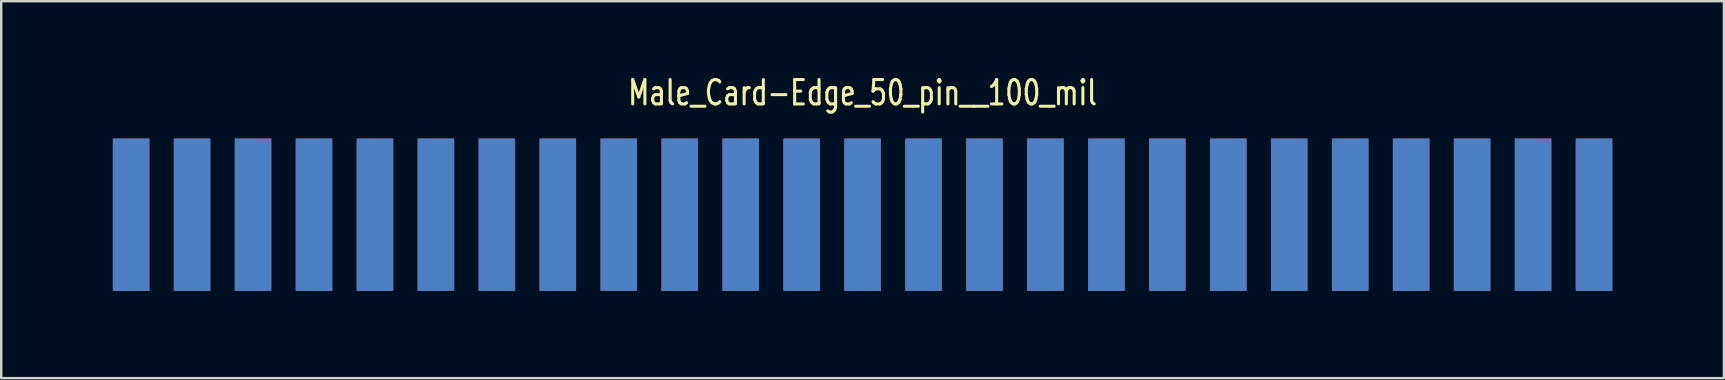
<source format=kicad_pcb>
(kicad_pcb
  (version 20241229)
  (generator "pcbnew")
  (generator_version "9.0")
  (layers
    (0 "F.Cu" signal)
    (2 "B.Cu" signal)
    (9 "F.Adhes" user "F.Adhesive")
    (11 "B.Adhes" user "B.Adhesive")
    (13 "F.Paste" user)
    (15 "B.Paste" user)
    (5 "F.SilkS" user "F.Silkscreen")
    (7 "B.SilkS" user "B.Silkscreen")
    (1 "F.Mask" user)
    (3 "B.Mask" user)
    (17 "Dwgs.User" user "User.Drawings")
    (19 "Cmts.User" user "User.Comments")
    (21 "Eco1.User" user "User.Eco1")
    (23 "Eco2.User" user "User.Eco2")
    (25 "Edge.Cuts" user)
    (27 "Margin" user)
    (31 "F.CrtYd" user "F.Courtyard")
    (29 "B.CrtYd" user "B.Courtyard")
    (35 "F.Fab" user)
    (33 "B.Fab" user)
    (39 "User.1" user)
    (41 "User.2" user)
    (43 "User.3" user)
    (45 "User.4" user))
  (footprint "Male_Card-Edge_50_pin__100_mil"
    (layer "F.Cu")
    (at 32.894 5.897)
    (property "Reference" "Male_Card-Edge_50_pin__100_mil" (at 0 -5.08 0) (layer "F.SilkS") (effects (font (size 1.016 0.762) (thickness 0.127))))
    (attr through_hole)
    (fp_poly (pts (xy -32.893 -3.81) (xy -31.75 -3.81) (xy -31.75 3.81) (xy -32.893 3.81)) (stroke (width 0.001) (type solid)) (fill yes) (layer "F.Mask"))
    (fp_poly (pts (xy 32.893 -3.81) (xy 31.75 -3.81) (xy 31.75 3.81) (xy 32.893 3.81)) (stroke (width 0.001) (type solid)) (fill yes) (layer "F.Mask"))
    (fp_poly (pts (xy -32.893 -3.81) (xy -31.75 -3.81) (xy -31.75 3.81) (xy -32.893 3.81)) (stroke (width 0.001) (type solid)) (fill yes) (layer "B.Mask"))
    (fp_poly (pts (xy 32.893 -3.81) (xy 31.75 -3.81) (xy 31.75 3.81) (xy 32.893 3.81)) (stroke (width 0.001) (type solid)) (fill yes) (layer "B.Mask"))
    (pad "1" smd rect (at -30.48 0 270) (size 6.35 1.524) (layers "F.Cu" "F.Mask"))
    (pad "2" smd rect (at -27.94 0 270) (size 6.35 1.524) (layers "F.Cu" "F.Mask"))
    (pad "3" smd rect (at -25.4 0 270) (size 6.35 1.524) (layers "F.Cu" "F.Mask"))
    (pad "4" smd rect (at -22.86 0 270) (size 6.35 1.524) (layers "F.Cu" "F.Mask"))
    (pad "5" smd rect (at -20.32 0 270) (size 6.35 1.524) (layers "F.Cu" "F.Mask"))
    (pad "6" smd rect (at -17.78 0 270) (size 6.35 1.524) (layers "F.Cu" "F.Mask"))
    (pad "7" smd rect (at -15.24 0 270) (size 6.35 1.524) (layers "F.Cu" "F.Mask"))
    (pad "8" smd rect (at -12.7 0 270) (size 6.35 1.524) (layers "F.Cu" "F.Mask"))
    (pad "9" smd rect (at -10.16 0 270) (size 6.35 1.524) (layers "F.Cu" "F.Mask"))
    (pad "10" smd rect (at -7.62 0 270) (size 6.35 1.524) (layers "F.Cu" "F.Mask"))
    (pad "11" smd rect (at -5.08 0 270) (size 6.35 1.524) (layers "F.Cu" "F.Mask"))
    (pad "12" smd rect (at -2.54 0 270) (size 6.35 1.524) (layers "F.Cu" "F.Mask"))
    (pad "13" smd rect (at 0 0 270) (size 6.35 1.524) (layers "F.Cu" "F.Mask"))
    (pad "14" smd rect (at 2.54 0 270) (size 6.35 1.524) (layers "F.Cu" "F.Mask"))
    (pad "15" smd rect (at 5.08 0 270) (size 6.35 1.524) (layers "F.Cu" "F.Mask"))
    (pad "16" smd rect (at 7.62 0 270) (size 6.35 1.524) (layers "F.Cu" "F.Mask"))
    (pad "17" smd rect (at 10.16 0 270) (size 6.35 1.524) (layers "F.Cu" "F.Mask"))
    (pad "18" smd rect (at 12.7 0 270) (size 6.35 1.524) (layers "F.Cu" "F.Mask"))
    (pad "19" smd rect (at 15.24 0 270) (size 6.35 1.524) (layers "F.Cu" "F.Mask"))
    (pad "20" smd rect (at 17.78 0 270) (size 6.35 1.524) (layers "F.Cu" "F.Mask"))
    (pad "21" smd rect (at 20.32 0 270) (size 6.35 1.524) (layers "F.Cu" "F.Mask"))
    (pad "22" smd rect (at 22.86 0 270) (size 6.35 1.524) (layers "F.Cu" "F.Mask"))
    (pad "23" smd rect (at 25.4 0 270) (size 6.35 1.524) (layers "F.Cu" "F.Mask"))
    (pad "24" smd rect (at 27.94 0 270) (size 6.35 1.524) (layers "F.Cu" "F.Mask"))
    (pad "25" smd rect (at 30.48 0 270) (size 6.35 1.524) (layers "F.Cu" "F.Mask"))
    (pad "26" smd rect (at 30.48 0 270) (size 6.35 1.524) (layers "B.Cu" "B.Mask"))
    (pad "27" smd rect (at 27.94 0 270) (size 6.35 1.524) (layers "B.Cu" "B.Mask"))
    (pad "28" smd rect (at 25.4 0 270) (size 6.35 1.524) (layers "B.Cu" "B.Mask"))
    (pad "29" smd rect (at 22.86 0 270) (size 6.35 1.524) (layers "B.Cu" "B.Mask"))
    (pad "30" smd rect (at 20.32 0 270) (size 6.35 1.524) (layers "B.Cu" "B.Mask"))
    (pad "31" smd rect (at 17.78 0 270) (size 6.35 1.524) (layers "B.Cu" "B.Mask"))
    (pad "32" smd rect (at 15.24 0 270) (size 6.35 1.524) (layers "B.Cu" "B.Mask"))
    (pad "33" smd rect (at 12.7 0 270) (size 6.35 1.524) (layers "B.Cu" "B.Mask"))
    (pad "34" smd rect (at 10.16 0 270) (size 6.35 1.524) (layers "B.Cu" "B.Mask"))
    (pad "35" smd rect (at 7.62 0 270) (size 6.35 1.524) (layers "B.Cu" "B.Mask"))
    (pad "36" smd rect (at 5.08 0 270) (size 6.35 1.524) (layers "B.Cu" "B.Mask"))
    (pad "37" smd rect (at 2.54 0 270) (size 6.35 1.524) (layers "B.Cu" "B.Mask"))
    (pad "38" smd rect (at 0 0 270) (size 6.35 1.524) (layers "B.Cu" "B.Mask"))
    (pad "39" smd rect (at -2.54 0 270) (size 6.35 1.524) (layers "B.Cu" "B.Mask"))
    (pad "40" smd rect (at -5.08 0 270) (size 6.35 1.524) (layers "B.Cu" "B.Mask"))
    (pad "41" smd rect (at -7.62 0 270) (size 6.35 1.524) (layers "B.Cu" "B.Mask"))
    (pad "42" smd rect (at -10.16 0 270) (size 6.35 1.524) (layers "B.Cu" "B.Mask"))
    (pad "43" smd rect (at -12.7 0 270) (size 6.35 1.524) (layers "B.Cu" "B.Mask"))
    (pad "44" smd rect (at -15.24 0 270) (size 6.35 1.524) (layers "B.Cu" "B.Mask"))
    (pad "45" smd rect (at -17.78 0 270) (size 6.35 1.524) (layers "B.Cu" "B.Mask"))
    (pad "46" smd rect (at -20.32 0 270) (size 6.35 1.524) (layers "B.Cu" "B.Mask"))
    (pad "47" smd rect (at -22.86 0 270) (size 6.35 1.524) (layers "B.Cu" "B.Mask"))
    (pad "48" smd rect (at -25.4 0 270) (size 6.35 1.524) (layers "B.Cu" "B.Mask"))
    (pad "49" smd rect (at -27.94 0 270) (size 6.35 1.524) (layers "B.Cu" "B.Mask"))
    (pad "50" smd rect (at -30.48 0 270) (size 6.35 1.524) (layers "B.Cu" "B.Mask")))
  (gr_rect
    (start -3 -3)
    (end 68.787 12.708)
    (stroke (width 0.1) (type default))
    (fill no)
    (layer "Edge.Cuts")))
</source>
